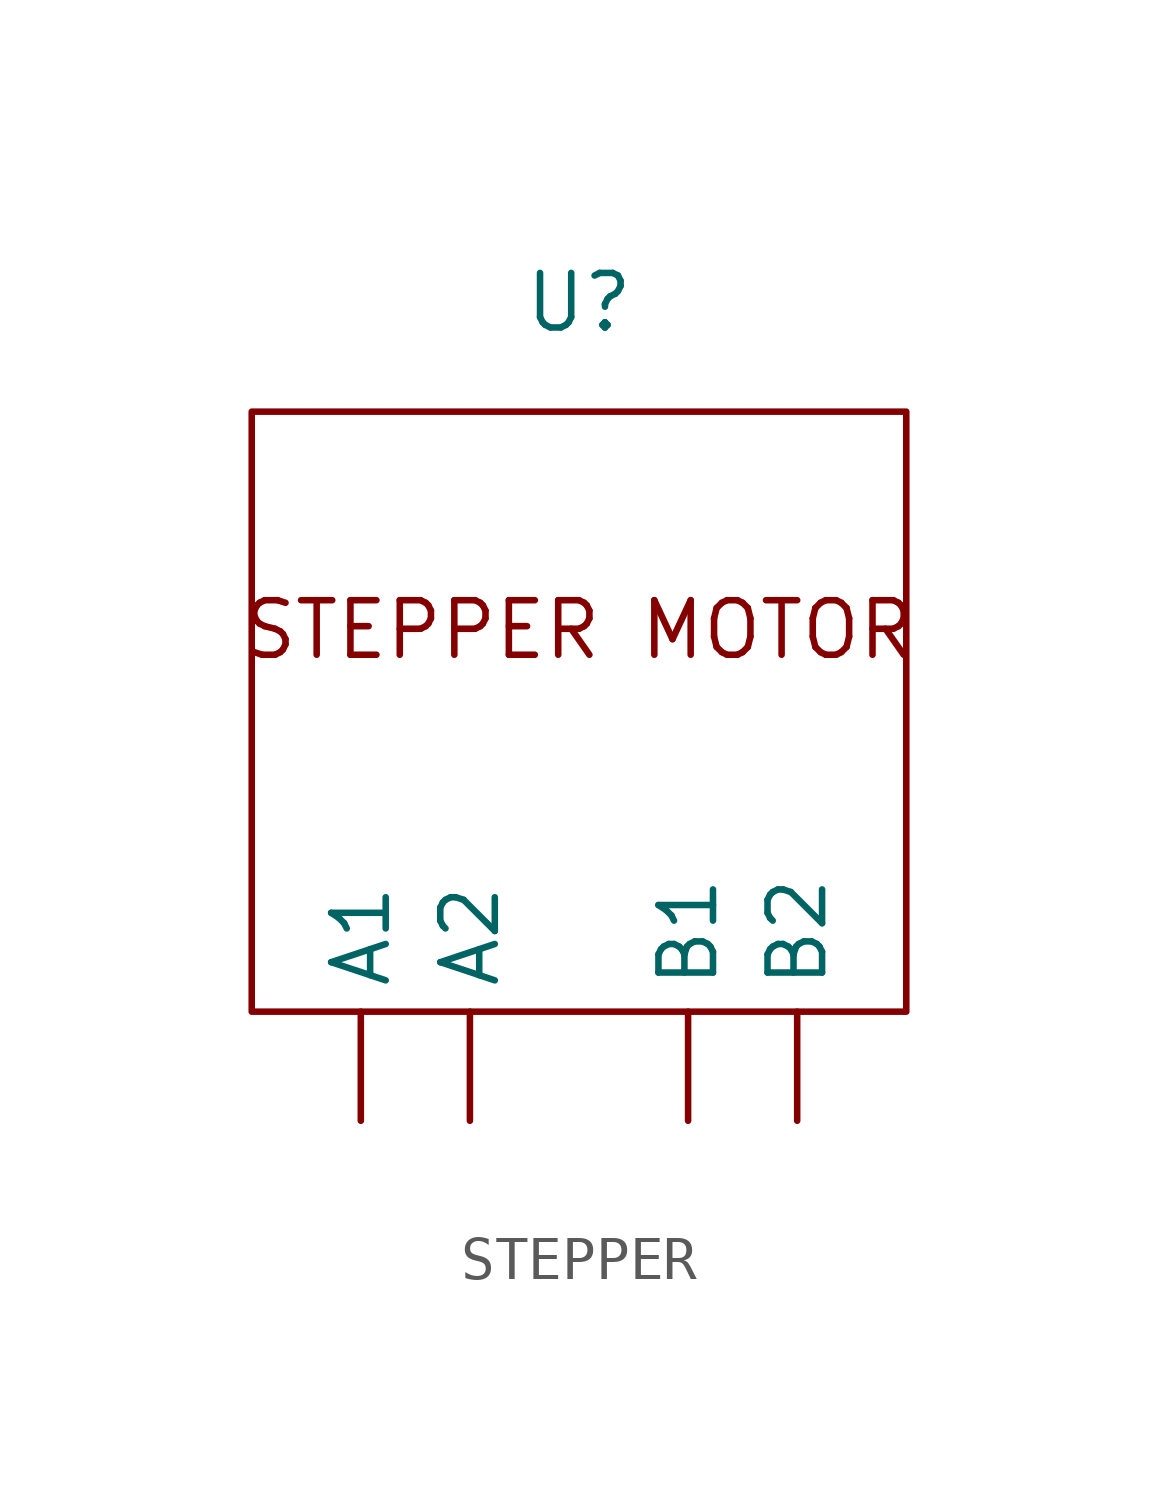
<source format=kicad_sym>
(kicad_symbol_lib
  (version 20231120)
  (generator "kicad_symbol_editor")
  (generator_version "8.0")
  (symbol "STEPPER"
    (property "Reference" "U"
      (at 0 0 0)
      (effects (font (size 1.27 1.27))))
    (property "Value" ""
      (at 0 0 0)
      (effects (font (size 1.27 1.27))))
    (symbol "STEPPER_0_1"
      (rectangle (start -7.62 -2.54) (end 7.62 -16.51) (stroke (width 0) (type default)) (fill (type none))))
    (symbol "STEPPER_1_1"
      (text "STEPPER MOTOR" (at 0 -7.62 0) (effects (font (size 1.27 1.27))))
      (pin input line (at -5.08 -19.05 90) (length 2.54) (name "A1" (effects (font (size 1.27 1.27)))) (number "" (effects (font (size 1.27 1.27)))))
      (pin input line (at -2.54 -19.05 90) (length 2.54) (name "A2" (effects (font (size 1.27 1.27)))) (number "" (effects (font (size 1.27 1.27)))))
      (pin input line (at 2.54 -19.05 90) (length 2.54) (name "B1" (effects (font (size 1.27 1.27)))) (number "" (effects (font (size 1.27 1.27)))))
      (pin input line (at 5.08 -19.05 90) (length 2.54) (name "B2" (effects (font (size 1.27 1.27)))) (number "" (effects (font (size 1.27 1.27))))))))
</source>
